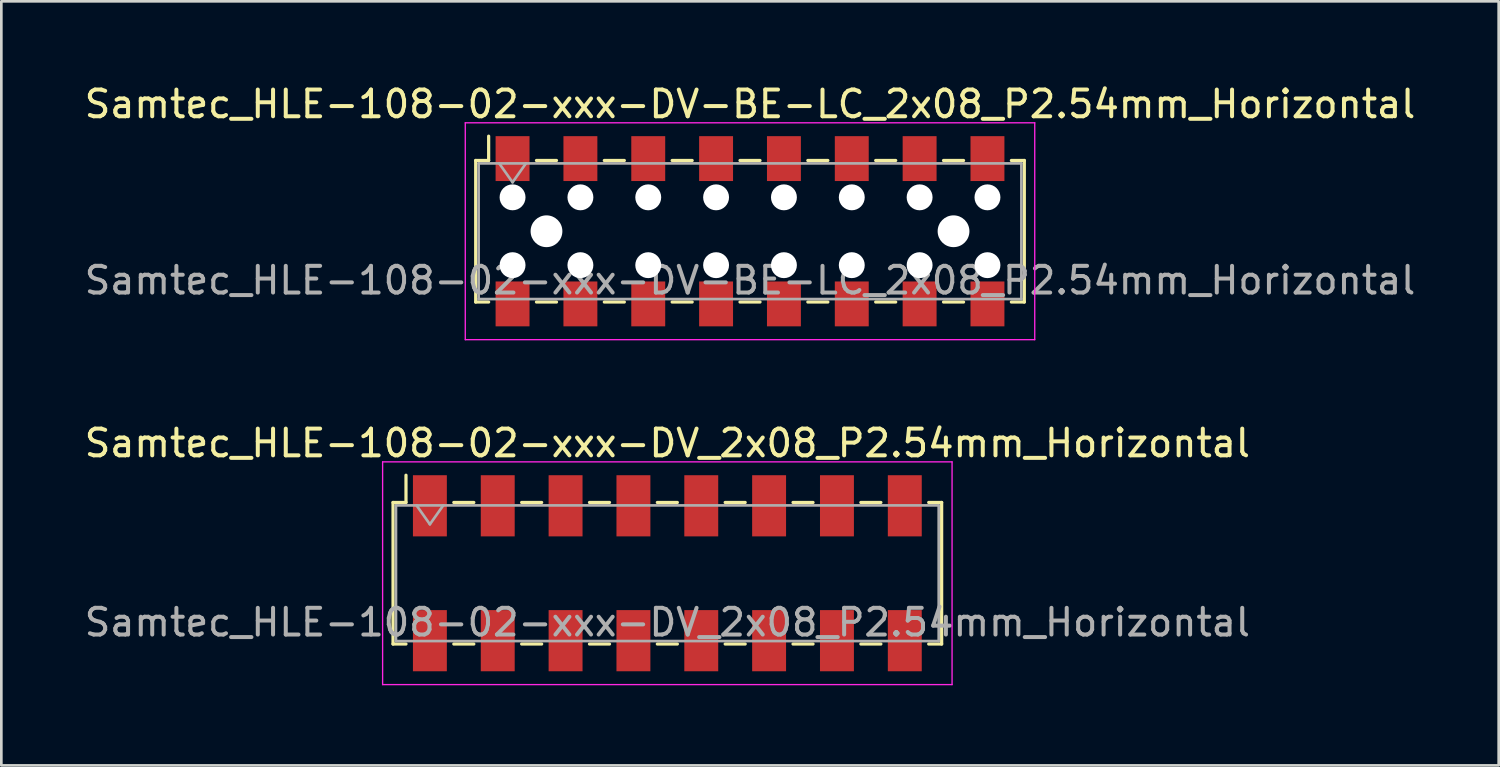
<source format=kicad_pcb>
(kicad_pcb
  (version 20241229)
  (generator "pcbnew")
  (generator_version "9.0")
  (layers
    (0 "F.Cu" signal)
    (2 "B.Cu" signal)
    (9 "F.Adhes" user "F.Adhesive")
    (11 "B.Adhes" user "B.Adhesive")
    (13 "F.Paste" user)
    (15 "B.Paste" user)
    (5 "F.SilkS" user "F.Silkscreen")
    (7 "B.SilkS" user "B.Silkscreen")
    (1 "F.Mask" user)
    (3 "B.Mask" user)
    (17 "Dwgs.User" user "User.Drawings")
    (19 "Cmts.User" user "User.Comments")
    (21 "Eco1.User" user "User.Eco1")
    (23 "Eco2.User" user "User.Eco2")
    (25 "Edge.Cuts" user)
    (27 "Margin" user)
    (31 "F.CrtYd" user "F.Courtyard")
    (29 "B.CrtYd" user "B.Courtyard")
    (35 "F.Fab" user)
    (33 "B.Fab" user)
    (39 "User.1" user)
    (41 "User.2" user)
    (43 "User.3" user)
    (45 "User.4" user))
  (footprint "Samtec_HLE-108-02-xxx-DV-BE-LC_2x08_P2.54mm_Horizontal"
    (layer "F.Cu")
    (at 25.03 5.608)
    (property "Reference" "Samtec_HLE-108-02-xxx-DV-BE-LC_2x08_P2.54mm_Horizontal" (at 0 -4.76 0) (layer "F.SilkS") (effects (font (size 1 1) (thickness 0.15))))
    (attr smd)
    (fp_line (start -10.27 -2.65) (end -10.27 2.65) (stroke (width 0.12) (type solid)) (layer "F.SilkS"))
    (fp_line (start -10.27 2.65) (end -9.785 2.65) (stroke (width 0.12) (type solid)) (layer "F.SilkS"))
    (fp_line (start -9.785 -3.56) (end -9.785 -2.65) (stroke (width 0.12) (type solid)) (layer "F.SilkS"))
    (fp_line (start -9.785 -2.65) (end -10.27 -2.65) (stroke (width 0.12) (type solid)) (layer "F.SilkS"))
    (fp_line (start -7.995 -2.65) (end -7.245 -2.65) (stroke (width 0.12) (type solid)) (layer "F.SilkS"))
    (fp_line (start -7.995 2.65) (end -7.245 2.65) (stroke (width 0.12) (type solid)) (layer "F.SilkS"))
    (fp_line (start -5.455 -2.65) (end -4.705 -2.65) (stroke (width 0.12) (type solid)) (layer "F.SilkS"))
    (fp_line (start -5.455 2.65) (end -4.705 2.65) (stroke (width 0.12) (type solid)) (layer "F.SilkS"))
    (fp_line (start -2.915 -2.65) (end -2.165 -2.65) (stroke (width 0.12) (type solid)) (layer "F.SilkS"))
    (fp_line (start -2.915 2.65) (end -2.165 2.65) (stroke (width 0.12) (type solid)) (layer "F.SilkS"))
    (fp_line (start -0.375 -2.65) (end 0.375 -2.65) (stroke (width 0.12) (type solid)) (layer "F.SilkS"))
    (fp_line (start -0.375 2.65) (end 0.375 2.65) (stroke (width 0.12) (type solid)) (layer "F.SilkS"))
    (fp_line (start 2.165 -2.65) (end 2.915 -2.65) (stroke (width 0.12) (type solid)) (layer "F.SilkS"))
    (fp_line (start 2.165 2.65) (end 2.915 2.65) (stroke (width 0.12) (type solid)) (layer "F.SilkS"))
    (fp_line (start 4.705 -2.65) (end 5.455 -2.65) (stroke (width 0.12) (type solid)) (layer "F.SilkS"))
    (fp_line (start 4.705 2.65) (end 5.455 2.65) (stroke (width 0.12) (type solid)) (layer "F.SilkS"))
    (fp_line (start 7.245 -2.65) (end 7.995 -2.65) (stroke (width 0.12) (type solid)) (layer "F.SilkS"))
    (fp_line (start 7.245 2.65) (end 7.995 2.65) (stroke (width 0.12) (type solid)) (layer "F.SilkS"))
    (fp_line (start 9.785 -2.65) (end 10.27 -2.65) (stroke (width 0.12) (type solid)) (layer "F.SilkS"))
    (fp_line (start 10.27 -2.65) (end 10.27 2.65) (stroke (width 0.12) (type solid)) (layer "F.SilkS"))
    (fp_line (start 10.27 2.65) (end 9.785 2.65) (stroke (width 0.12) (type solid)) (layer "F.SilkS"))
    (fp_line (start -10.66 -4.06) (end 10.66 -4.06) (stroke (width 0.05) (type solid)) (layer "F.CrtYd"))
    (fp_line (start -10.66 4.06) (end -10.66 -4.06) (stroke (width 0.05) (type solid)) (layer "F.CrtYd"))
    (fp_line (start 10.66 -4.06) (end 10.66 4.06) (stroke (width 0.05) (type solid)) (layer "F.CrtYd"))
    (fp_line (start 10.66 4.06) (end -10.66 4.06) (stroke (width 0.05) (type solid)) (layer "F.CrtYd"))
    (fp_line (start -10.16 -2.54) (end 10.16 -2.54) (stroke (width 0.1) (type solid)) (layer "F.Fab"))
    (fp_line (start -10.16 2.54) (end -10.16 -2.54) (stroke (width 0.1) (type solid)) (layer "F.Fab"))
    (fp_line (start -9.39 -2.54) (end -8.89 -1.833) (stroke (width 0.1) (type solid)) (layer "F.Fab"))
    (fp_line (start -8.89 -1.833) (end -8.39 -2.54) (stroke (width 0.1) (type solid)) (layer "F.Fab"))
    (fp_line (start 10.16 -2.54) (end 10.16 2.54) (stroke (width 0.1) (type solid)) (layer "F.Fab"))
    (fp_line (start 10.16 2.54) (end -10.16 2.54) (stroke (width 0.1) (type solid)) (layer "F.Fab"))
    (fp_text user "${REFERENCE}" (at 0 1.84 0) (layer "F.Fab") (effects (font (size 1 1) (thickness 0.15))))
    (pad "" np_thru_hole circle (at -8.89 -1.27) (size 0.97 0.97) (drill 0.97) (layers "*.Cu" "*.Mask"))
    (pad "" np_thru_hole circle (at -8.89 1.27) (size 0.97 0.97) (drill 0.97) (layers "*.Cu" "*.Mask"))
    (pad "" np_thru_hole circle (at -7.62 0) (size 1.19 1.19) (drill 1.19) (layers "*.Cu" "*.Mask"))
    (pad "" np_thru_hole circle (at -6.35 -1.27) (size 0.97 0.97) (drill 0.97) (layers "*.Cu" "*.Mask"))
    (pad "" np_thru_hole circle (at -6.35 1.27) (size 0.97 0.97) (drill 0.97) (layers "*.Cu" "*.Mask"))
    (pad "" np_thru_hole circle (at -3.81 -1.27) (size 0.97 0.97) (drill 0.97) (layers "*.Cu" "*.Mask"))
    (pad "" np_thru_hole circle (at -3.81 1.27) (size 0.97 0.97) (drill 0.97) (layers "*.Cu" "*.Mask"))
    (pad "" np_thru_hole circle (at -1.27 -1.27) (size 0.97 0.97) (drill 0.97) (layers "*.Cu" "*.Mask"))
    (pad "" np_thru_hole circle (at -1.27 1.27) (size 0.97 0.97) (drill 0.97) (layers "*.Cu" "*.Mask"))
    (pad "" np_thru_hole circle (at 1.27 -1.27) (size 0.97 0.97) (drill 0.97) (layers "*.Cu" "*.Mask"))
    (pad "" np_thru_hole circle (at 1.27 1.27) (size 0.97 0.97) (drill 0.97) (layers "*.Cu" "*.Mask"))
    (pad "" np_thru_hole circle (at 3.81 -1.27) (size 0.97 0.97) (drill 0.97) (layers "*.Cu" "*.Mask"))
    (pad "" np_thru_hole circle (at 3.81 1.27) (size 0.97 0.97) (drill 0.97) (layers "*.Cu" "*.Mask"))
    (pad "" np_thru_hole circle (at 6.35 -1.27) (size 0.97 0.97) (drill 0.97) (layers "*.Cu" "*.Mask"))
    (pad "" np_thru_hole circle (at 6.35 1.27) (size 0.97 0.97) (drill 0.97) (layers "*.Cu" "*.Mask"))
    (pad "" np_thru_hole circle (at 7.62 0) (size 1.19 1.19) (drill 1.19) (layers "*.Cu" "*.Mask"))
    (pad "" np_thru_hole circle (at 8.89 -1.27) (size 0.97 0.97) (drill 0.97) (layers "*.Cu" "*.Mask"))
    (pad "" np_thru_hole circle (at 8.89 1.27) (size 0.97 0.97) (drill 0.97) (layers "*.Cu" "*.Mask"))
    (pad "1" smd rect (at -8.89 -2.72) (size 1.27 1.68) (layers "F.Cu" "F.Mask" "F.Paste"))
    (pad "2" smd rect (at -8.89 2.72) (size 1.27 1.68) (layers "F.Cu" "F.Mask" "F.Paste"))
    (pad "3" smd rect (at -6.35 -2.72) (size 1.27 1.68) (layers "F.Cu" "F.Mask" "F.Paste"))
    (pad "4" smd rect (at -6.35 2.72) (size 1.27 1.68) (layers "F.Cu" "F.Mask" "F.Paste"))
    (pad "5" smd rect (at -3.81 -2.72) (size 1.27 1.68) (layers "F.Cu" "F.Mask" "F.Paste"))
    (pad "6" smd rect (at -3.81 2.72) (size 1.27 1.68) (layers "F.Cu" "F.Mask" "F.Paste"))
    (pad "7" smd rect (at -1.27 -2.72) (size 1.27 1.68) (layers "F.Cu" "F.Mask" "F.Paste"))
    (pad "8" smd rect (at -1.27 2.72) (size 1.27 1.68) (layers "F.Cu" "F.Mask" "F.Paste"))
    (pad "9" smd rect (at 1.27 -2.72) (size 1.27 1.68) (layers "F.Cu" "F.Mask" "F.Paste"))
    (pad "10" smd rect (at 1.27 2.72) (size 1.27 1.68) (layers "F.Cu" "F.Mask" "F.Paste"))
    (pad "11" smd rect (at 3.81 -2.72) (size 1.27 1.68) (layers "F.Cu" "F.Mask" "F.Paste"))
    (pad "12" smd rect (at 3.81 2.72) (size 1.27 1.68) (layers "F.Cu" "F.Mask" "F.Paste"))
    (pad "13" smd rect (at 6.35 -2.72) (size 1.27 1.68) (layers "F.Cu" "F.Mask" "F.Paste"))
    (pad "14" smd rect (at 6.35 2.72) (size 1.27 1.68) (layers "F.Cu" "F.Mask" "F.Paste"))
    (pad "15" smd rect (at 8.89 -2.72) (size 1.27 1.68) (layers "F.Cu" "F.Mask" "F.Paste"))
    (pad "16" smd rect (at 8.89 2.72) (size 1.27 1.68) (layers "F.Cu" "F.Mask" "F.Paste")))
  (footprint "Samtec_HLE-108-02-xxx-DV_2x08_P2.54mm_Horizontal"
    (layer "F.Cu")
    (at 21.935 18.412)
    (property "Reference" "Samtec_HLE-108-02-xxx-DV_2x08_P2.54mm_Horizontal" (at 0 -4.87 0) (layer "F.SilkS") (effects (font (size 1 1) (thickness 0.15))))
    (attr smd)
    (fp_line (start -10.27 -2.65) (end -10.27 2.65) (stroke (width 0.12) (type solid)) (layer "F.SilkS"))
    (fp_line (start -10.27 2.65) (end -9.785 2.65) (stroke (width 0.12) (type solid)) (layer "F.SilkS"))
    (fp_line (start -9.785 -3.67) (end -9.785 -2.65) (stroke (width 0.12) (type solid)) (layer "F.SilkS"))
    (fp_line (start -9.785 -2.65) (end -10.27 -2.65) (stroke (width 0.12) (type solid)) (layer "F.SilkS"))
    (fp_line (start -7.995 -2.65) (end -7.245 -2.65) (stroke (width 0.12) (type solid)) (layer "F.SilkS"))
    (fp_line (start -7.995 2.65) (end -7.245 2.65) (stroke (width 0.12) (type solid)) (layer "F.SilkS"))
    (fp_line (start -5.455 -2.65) (end -4.705 -2.65) (stroke (width 0.12) (type solid)) (layer "F.SilkS"))
    (fp_line (start -5.455 2.65) (end -4.705 2.65) (stroke (width 0.12) (type solid)) (layer "F.SilkS"))
    (fp_line (start -2.915 -2.65) (end -2.165 -2.65) (stroke (width 0.12) (type solid)) (layer "F.SilkS"))
    (fp_line (start -2.915 2.65) (end -2.165 2.65) (stroke (width 0.12) (type solid)) (layer "F.SilkS"))
    (fp_line (start -0.375 -2.65) (end 0.375 -2.65) (stroke (width 0.12) (type solid)) (layer "F.SilkS"))
    (fp_line (start -0.375 2.65) (end 0.375 2.65) (stroke (width 0.12) (type solid)) (layer "F.SilkS"))
    (fp_line (start 2.165 -2.65) (end 2.915 -2.65) (stroke (width 0.12) (type solid)) (layer "F.SilkS"))
    (fp_line (start 2.165 2.65) (end 2.915 2.65) (stroke (width 0.12) (type solid)) (layer "F.SilkS"))
    (fp_line (start 4.705 -2.65) (end 5.455 -2.65) (stroke (width 0.12) (type solid)) (layer "F.SilkS"))
    (fp_line (start 4.705 2.65) (end 5.455 2.65) (stroke (width 0.12) (type solid)) (layer "F.SilkS"))
    (fp_line (start 7.245 -2.65) (end 7.995 -2.65) (stroke (width 0.12) (type solid)) (layer "F.SilkS"))
    (fp_line (start 7.245 2.65) (end 7.995 2.65) (stroke (width 0.12) (type solid)) (layer "F.SilkS"))
    (fp_line (start 9.785 -2.65) (end 10.27 -2.65) (stroke (width 0.12) (type solid)) (layer "F.SilkS"))
    (fp_line (start 10.27 -2.65) (end 10.27 2.65) (stroke (width 0.12) (type solid)) (layer "F.SilkS"))
    (fp_line (start 10.27 2.65) (end 9.785 2.65) (stroke (width 0.12) (type solid)) (layer "F.SilkS"))
    (fp_line (start -10.66 -4.17) (end 10.66 -4.17) (stroke (width 0.05) (type solid)) (layer "F.CrtYd"))
    (fp_line (start -10.66 4.17) (end -10.66 -4.17) (stroke (width 0.05) (type solid)) (layer "F.CrtYd"))
    (fp_line (start 10.66 -4.17) (end 10.66 4.17) (stroke (width 0.05) (type solid)) (layer "F.CrtYd"))
    (fp_line (start 10.66 4.17) (end -10.66 4.17) (stroke (width 0.05) (type solid)) (layer "F.CrtYd"))
    (fp_line (start -10.16 -2.54) (end 10.16 -2.54) (stroke (width 0.1) (type solid)) (layer "F.Fab"))
    (fp_line (start -10.16 2.54) (end -10.16 -2.54) (stroke (width 0.1) (type solid)) (layer "F.Fab"))
    (fp_line (start -9.39 -2.54) (end -8.89 -1.833) (stroke (width 0.1) (type solid)) (layer "F.Fab"))
    (fp_line (start -8.89 -1.833) (end -8.39 -2.54) (stroke (width 0.1) (type solid)) (layer "F.Fab"))
    (fp_line (start 10.16 -2.54) (end 10.16 2.54) (stroke (width 0.1) (type solid)) (layer "F.Fab"))
    (fp_line (start 10.16 2.54) (end -10.16 2.54) (stroke (width 0.1) (type solid)) (layer "F.Fab"))
    (fp_text user "${REFERENCE}" (at 0 1.84 0) (layer "F.Fab") (effects (font (size 1 1) (thickness 0.15))))
    (pad "1" smd rect (at -8.89 -2.525) (size 1.27 2.29) (layers "F.Cu" "F.Mask" "F.Paste"))
    (pad "2" smd rect (at -8.89 2.525) (size 1.27 2.29) (layers "F.Cu" "F.Mask" "F.Paste"))
    (pad "3" smd rect (at -6.35 -2.525) (size 1.27 2.29) (layers "F.Cu" "F.Mask" "F.Paste"))
    (pad "4" smd rect (at -6.35 2.525) (size 1.27 2.29) (layers "F.Cu" "F.Mask" "F.Paste"))
    (pad "5" smd rect (at -3.81 -2.525) (size 1.27 2.29) (layers "F.Cu" "F.Mask" "F.Paste"))
    (pad "6" smd rect (at -3.81 2.525) (size 1.27 2.29) (layers "F.Cu" "F.Mask" "F.Paste"))
    (pad "7" smd rect (at -1.27 -2.525) (size 1.27 2.29) (layers "F.Cu" "F.Mask" "F.Paste"))
    (pad "8" smd rect (at -1.27 2.525) (size 1.27 2.29) (layers "F.Cu" "F.Mask" "F.Paste"))
    (pad "9" smd rect (at 1.27 -2.525) (size 1.27 2.29) (layers "F.Cu" "F.Mask" "F.Paste"))
    (pad "10" smd rect (at 1.27 2.525) (size 1.27 2.29) (layers "F.Cu" "F.Mask" "F.Paste"))
    (pad "11" smd rect (at 3.81 -2.525) (size 1.27 2.29) (layers "F.Cu" "F.Mask" "F.Paste"))
    (pad "12" smd rect (at 3.81 2.525) (size 1.27 2.29) (layers "F.Cu" "F.Mask" "F.Paste"))
    (pad "13" smd rect (at 6.35 -2.525) (size 1.27 2.29) (layers "F.Cu" "F.Mask" "F.Paste"))
    (pad "14" smd rect (at 6.35 2.525) (size 1.27 2.29) (layers "F.Cu" "F.Mask" "F.Paste"))
    (pad "15" smd rect (at 8.89 -2.525) (size 1.27 2.29) (layers "F.Cu" "F.Mask" "F.Paste"))
    (pad "16" smd rect (at 8.89 2.525) (size 1.27 2.29) (layers "F.Cu" "F.Mask" "F.Paste")))
  (gr_rect
    (start -3 -3)
    (end 53.06 25.607)
    (stroke (width 0.1) (type default))
    (fill no)
    (layer "Edge.Cuts")))
</source>
